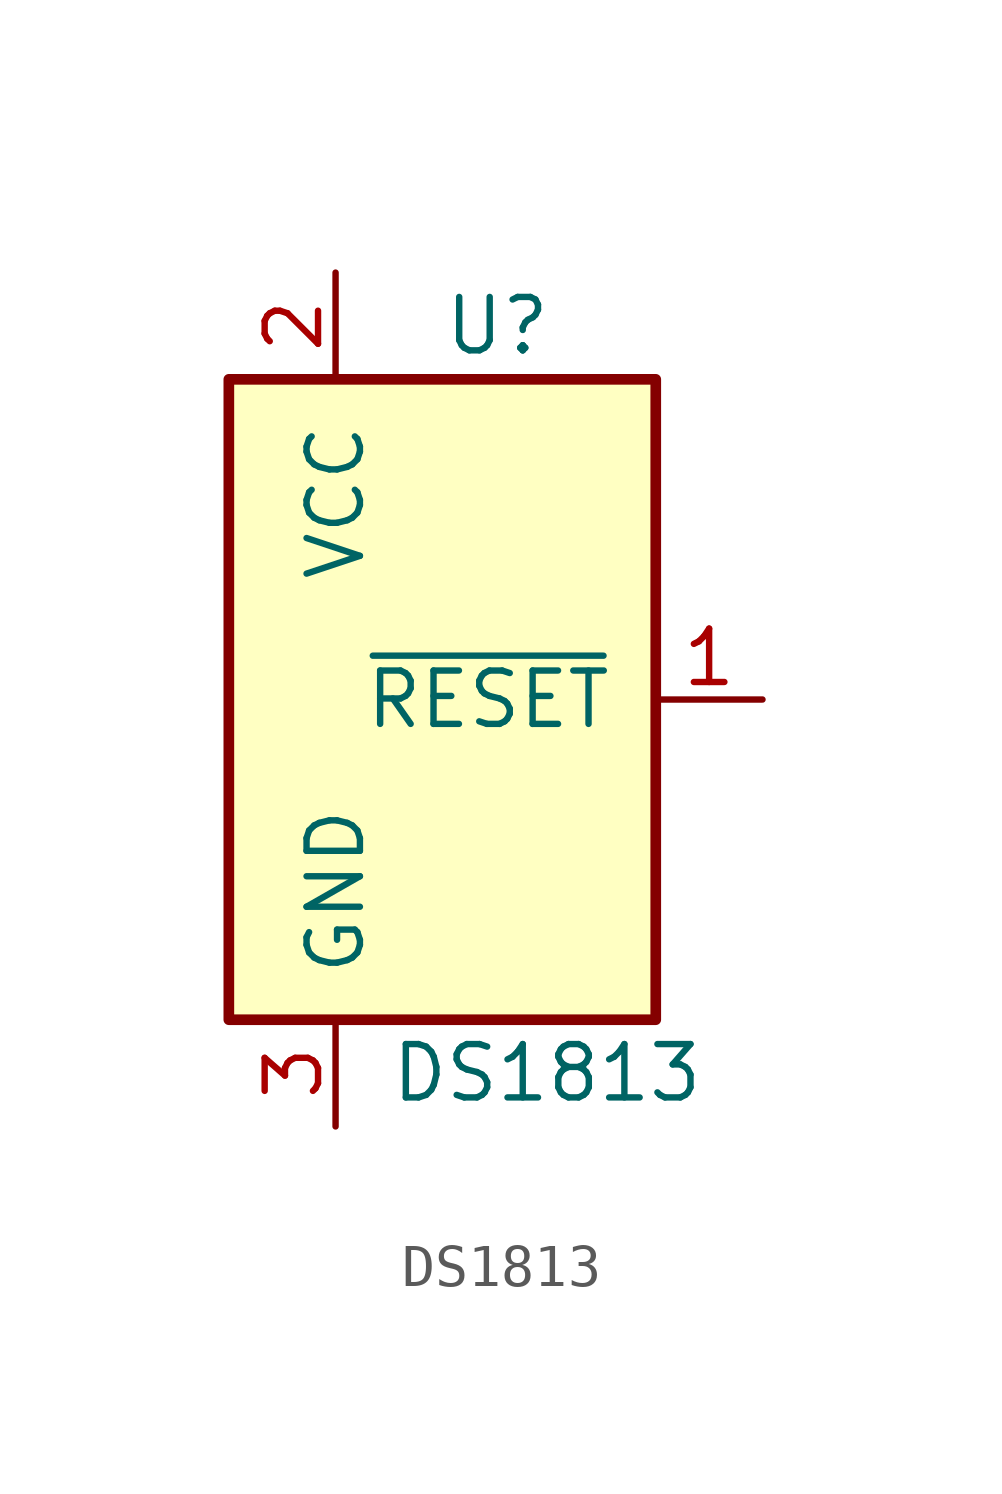
<source format=kicad_sym>
(kicad_symbol_lib
  (version 20220914)
  (generator kicad_symbol_editor)
  (symbol "DS1813"
    (pin_names
      (offset 1.016))
    (property "Reference" "U"
      (at 0 8.89 0)
      (effects (font (size 1.27 1.27)) (justify left)))
    (property "Value" "DS1813"
      (at -1.27 -8.89 0)
      (effects (font (size 1.27 1.27)) (justify left)))
    (symbol "DS1813_1_1"
      (rectangle (start -5.08 7.62) (end 5.08 -7.62) (stroke (width 0.254) (type default)) (fill (type background)))
      (pin output line (at 7.62 0 180) (length 2.54) (name "~{RESET}" (effects (font (size 1.27 1.27)))) (number "1" (effects (font (size 1.27 1.27)))))
      (pin power_in line (at -2.54 10.16 270) (length 2.54) (name "VCC" (effects (font (size 1.27 1.27)))) (number "2" (effects (font (size 1.27 1.27)))))
      (pin power_in line (at -2.54 -10.16 90) (length 2.54) (name "GND" (effects (font (size 1.27 1.27)))) (number "3" (effects (font (size 1.27 1.27))))))))
</source>
